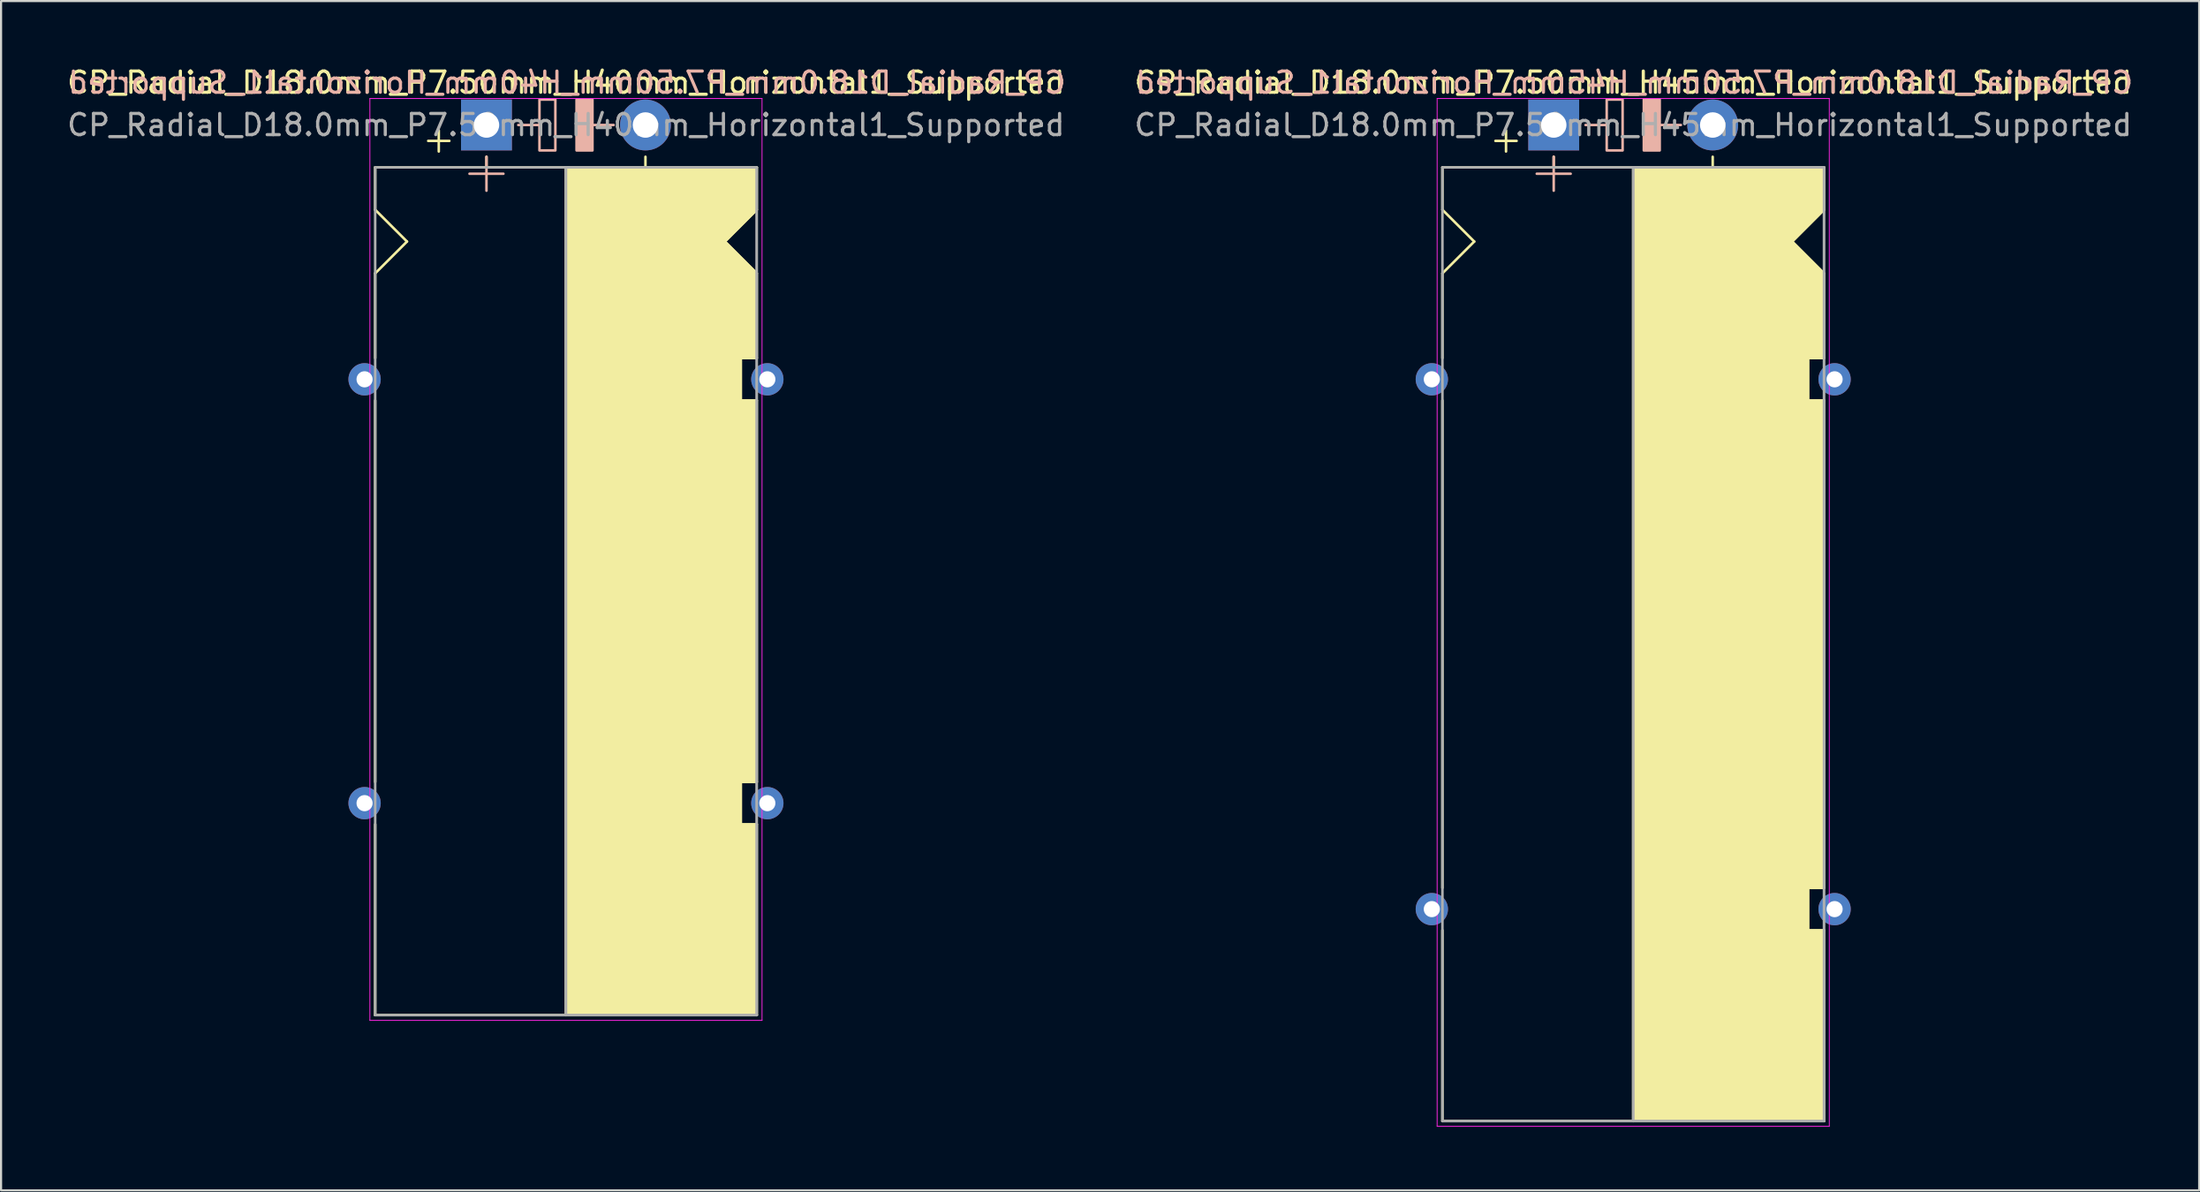
<source format=kicad_pcb>
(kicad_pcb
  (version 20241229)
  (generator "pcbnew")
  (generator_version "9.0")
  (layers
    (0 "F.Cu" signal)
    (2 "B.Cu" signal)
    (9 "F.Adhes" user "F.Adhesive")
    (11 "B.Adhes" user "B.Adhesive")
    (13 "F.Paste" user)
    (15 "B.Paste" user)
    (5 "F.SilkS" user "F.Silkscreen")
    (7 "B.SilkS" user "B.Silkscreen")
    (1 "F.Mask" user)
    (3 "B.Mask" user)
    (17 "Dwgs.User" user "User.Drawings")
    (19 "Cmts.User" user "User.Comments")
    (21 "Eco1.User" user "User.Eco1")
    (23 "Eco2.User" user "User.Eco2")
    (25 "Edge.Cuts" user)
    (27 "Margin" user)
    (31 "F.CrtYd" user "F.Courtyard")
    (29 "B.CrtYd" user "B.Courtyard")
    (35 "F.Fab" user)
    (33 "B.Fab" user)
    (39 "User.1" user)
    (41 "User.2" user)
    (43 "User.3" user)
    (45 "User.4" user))
  (footprint "CP_Radial_D18.0mm_P7.50mm_H45mm_Horizontal1_Supported"
    (layer "F.Cu")
    (at 70.246 2.848)
    (property "Reference" "CP_Radial_D18.0mm_P7.50mm_H45mm_Horizontal1_Supported" (at 3.75 -2 0) (layer "F.SilkS") (effects (font (size 1 1) (thickness 0.15))))
    (fp_line (start -5.25 2) (end -5.25 4) (stroke (width 0.12) (type solid)) (layer "F.SilkS"))
    (fp_line (start -5.25 2) (end 12.75 2) (stroke (width 0.12) (type solid)) (layer "F.SilkS"))
    (fp_line (start -5.25 4) (end -3.75 5.5) (stroke (width 0.12) (type solid)) (layer "F.SilkS"))
    (fp_line (start -5.25 7) (end -3.75 5.5) (stroke (width 0.12) (type solid)) (layer "F.SilkS"))
    (fp_line (start -5.25 11) (end -5.25 7) (stroke (width 0.12) (type solid)) (layer "F.SilkS"))
    (fp_line (start -5.25 13) (end -5.25 36) (stroke (width 0.12) (type solid)) (layer "F.SilkS"))
    (fp_line (start -5.25 38) (end -5.25 47) (stroke (width 0.12) (type solid)) (layer "F.SilkS"))
    (fp_line (start -5.25 47) (end 12.75 47) (stroke (width 0.12) (type solid)) (layer "F.SilkS"))
    (fp_line (start -2.25 0.25) (end -2.25 1.25) (stroke (width 0.12) (type solid)) (layer "F.SilkS"))
    (fp_line (start -1.75 0.75) (end -2.75 0.75) (stroke (width 0.12) (type solid)) (layer "F.SilkS"))
    (fp_line (start 0 1.5) (end 0 2) (stroke (width 0.12) (type solid)) (layer "F.SilkS"))
    (fp_line (start 3.75 2) (end 3.75 47) (stroke (width 0.12) (type solid)) (layer "F.SilkS"))
    (fp_line (start 7.5 1.5) (end 7.5 2) (stroke (width 0.12) (type solid)) (layer "F.SilkS"))
    (fp_line (start 12 11) (end 12 13) (stroke (width 0.12) (type solid)) (layer "F.SilkS"))
    (fp_line (start 12 13) (end 12.75 13) (stroke (width 0.12) (type solid)) (layer "F.SilkS"))
    (fp_line (start 12 36) (end 12 38) (stroke (width 0.12) (type solid)) (layer "F.SilkS"))
    (fp_line (start 12 38) (end 12.75 38) (stroke (width 0.12) (type solid)) (layer "F.SilkS"))
    (fp_line (start 12.25 11) (end 12 11) (stroke (width 0.12) (type solid)) (layer "F.SilkS"))
    (fp_line (start 12.75 2) (end 12.75 4) (stroke (width 0.12) (type solid)) (layer "F.SilkS"))
    (fp_line (start 12.75 4) (end 11.25 5.5) (stroke (width 0.12) (type solid)) (layer "F.SilkS"))
    (fp_line (start 12.75 7) (end 11.25 5.5) (stroke (width 0.12) (type solid)) (layer "F.SilkS"))
    (fp_line (start 12.75 11) (end 12.25 11) (stroke (width 0.12) (type solid)) (layer "F.SilkS"))
    (fp_line (start 12.75 11) (end 12.75 7) (stroke (width 0.12) (type solid)) (layer "F.SilkS"))
    (fp_line (start 12.75 13) (end 12.75 36) (stroke (width 0.12) (type solid)) (layer "F.SilkS"))
    (fp_line (start 12.75 36) (end 12 36) (stroke (width 0.12) (type solid)) (layer "F.SilkS"))
    (fp_line (start 12.75 38) (end 12.75 47) (stroke (width 0.12) (type solid)) (layer "F.SilkS"))
    (fp_poly (pts (xy 12.75 4) (xy 11.25 5.5) (xy 12.75 7) (xy 12.75 11) (xy 12 11) (xy 12 13) (xy 12.75 13) (xy 12.75 36) (xy 12 36) (xy 12 38) (xy 12.75 38) (xy 12.75 47) (xy 3.75 47) (xy 3.75 2) (xy 12.75 2)) (stroke (width 0.1) (type solid)) (fill yes) (layer "F.SilkS"))
    (fp_line (start 0 1.5) (end 0 3.1) (stroke (width 0.12) (type solid)) (layer "B.SilkS"))
    (fp_line (start 0.8 2.3) (end -0.8 2.3) (stroke (width 0.12) (type solid)) (layer "B.SilkS"))
    (fp_line (start 2.5 0) (end 1.5 0) (stroke (width 0.12) (type solid)) (layer "B.SilkS"))
    (fp_line (start 6 0) (end 5 0) (stroke (width 0.12) (type solid)) (layer "B.SilkS"))
    (fp_rect (start 2.5 -1.2) (end 3.25 1.2) (stroke (width 0.12) (type solid)) (fill no) (layer "B.SilkS"))
    (fp_rect (start 4.25 -1.2) (end 5 1.2) (stroke (width 0.12) (type solid)) (fill yes) (layer "B.SilkS"))
    (fp_line (start -5.5 -1.25) (end -5.5 47.25) (stroke (width 0.04) (type solid)) (layer "F.CrtYd"))
    (fp_line (start -5.5 47.25) (end 13 47.25) (stroke (width 0.04) (type solid)) (layer "F.CrtYd"))
    (fp_line (start 13 -1.25) (end -5.5 -1.25) (stroke (width 0.04) (type solid)) (layer "F.CrtYd"))
    (fp_line (start 13 47.25) (end 13 -1.25) (stroke (width 0.04) (type solid)) (layer "F.CrtYd"))
    (fp_line (start -5.25 2) (end -5.25 47) (stroke (width 0.12) (type solid)) (layer "F.Fab"))
    (fp_line (start -5.25 47) (end 12.75 47) (stroke (width 0.12) (type solid)) (layer "F.Fab"))
    (fp_line (start 3.75 2) (end 3.75 47) (stroke (width 0.12) (type solid)) (layer "F.Fab"))
    (fp_line (start 12.75 2) (end -5.25 2) (stroke (width 0.12) (type solid)) (layer "F.Fab"))
    (fp_line (start 12.75 47) (end 12.75 2) (stroke (width 0.12) (type solid)) (layer "F.Fab"))
    (fp_poly (pts (xy 12.75 47) (xy 3.75 47) (xy 3.75 2) (xy 12.75 2)) (stroke (width 0.1) (type solid)) (fill no) (layer "F.Fab"))
    (fp_text user "${REFERENCE}" (at 3.8 -2 0) (layer "B.SilkS") (effects (font (size 1 1) (thickness 0.15)) (justify mirror)))
    (fp_text user "${REFERENCE}" (at 3.75 0 0) (layer "F.Fab") (effects (font (size 1 1) (thickness 0.15))))
    (pad "1" thru_hole rect (at 0 0) (size 2.4 2.4) (drill 1.2) (layers "*.Cu" "*.Mask"))
    (pad "2" thru_hole circle (at 7.5 0) (size 2.4 2.4) (drill 1.2) (layers "*.Cu" "*.Mask"))
    (pad "~" thru_hole circle (at -5.75 12) (size 1.524 1.524) (drill 0.762) (layers "*.Cu" "*.Mask"))
    (pad "~" thru_hole circle (at -5.75 37) (size 1.524 1.524) (drill 0.762) (layers "*.Cu" "*.Mask"))
    (pad "~" thru_hole circle (at 13.25 12) (size 1.524 1.524) (drill 0.762) (layers "*.Cu" "*.Mask"))
    (pad "~" thru_hole circle (at 13.25 37) (size 1.524 1.524) (drill 0.762) (layers "*.Cu" "*.Mask")))
  (footprint "CP_Radial_D18.0mm_P7.50mm_H40mm_Horizontal1_Supported"
    (layer "F.Cu")
    (at 19.899 2.848)
    (property "Reference" "CP_Radial_D18.0mm_P7.50mm_H40mm_Horizontal1_Supported" (at 3.75 -2 0) (layer "F.SilkS") (effects (font (size 1 1) (thickness 0.15))))
    (fp_line (start -5.25 2) (end -5.25 4) (stroke (width 0.12) (type solid)) (layer "F.SilkS"))
    (fp_line (start -5.25 2) (end 12.75 2) (stroke (width 0.12) (type solid)) (layer "F.SilkS"))
    (fp_line (start -5.25 4) (end -3.75 5.5) (stroke (width 0.12) (type solid)) (layer "F.SilkS"))
    (fp_line (start -5.25 7) (end -3.75 5.5) (stroke (width 0.12) (type solid)) (layer "F.SilkS"))
    (fp_line (start -5.25 11) (end -5.25 7) (stroke (width 0.12) (type solid)) (layer "F.SilkS"))
    (fp_line (start -5.25 13) (end -5.25 31) (stroke (width 0.12) (type solid)) (layer "F.SilkS"))
    (fp_line (start -5.25 33) (end -5.25 42) (stroke (width 0.12) (type solid)) (layer "F.SilkS"))
    (fp_line (start -5.25 42) (end 12.75 42) (stroke (width 0.12) (type solid)) (layer "F.SilkS"))
    (fp_line (start -2.25 0.25) (end -2.25 1.25) (stroke (width 0.12) (type solid)) (layer "F.SilkS"))
    (fp_line (start -1.75 0.75) (end -2.75 0.75) (stroke (width 0.12) (type solid)) (layer "F.SilkS"))
    (fp_line (start 0 1.5) (end 0 2) (stroke (width 0.12) (type solid)) (layer "F.SilkS"))
    (fp_line (start 3.75 2) (end 3.75 42) (stroke (width 0.12) (type solid)) (layer "F.SilkS"))
    (fp_line (start 7.5 1.5) (end 7.5 2) (stroke (width 0.12) (type solid)) (layer "F.SilkS"))
    (fp_line (start 12 11) (end 12 13) (stroke (width 0.12) (type solid)) (layer "F.SilkS"))
    (fp_line (start 12 13) (end 12.75 13) (stroke (width 0.12) (type solid)) (layer "F.SilkS"))
    (fp_line (start 12 31) (end 12 33) (stroke (width 0.12) (type solid)) (layer "F.SilkS"))
    (fp_line (start 12 33) (end 12.75 33) (stroke (width 0.12) (type solid)) (layer "F.SilkS"))
    (fp_line (start 12.25 11) (end 12 11) (stroke (width 0.12) (type solid)) (layer "F.SilkS"))
    (fp_line (start 12.75 2) (end 12.75 4) (stroke (width 0.12) (type solid)) (layer "F.SilkS"))
    (fp_line (start 12.75 4) (end 11.25 5.5) (stroke (width 0.12) (type solid)) (layer "F.SilkS"))
    (fp_line (start 12.75 7) (end 11.25 5.5) (stroke (width 0.12) (type solid)) (layer "F.SilkS"))
    (fp_line (start 12.75 11) (end 12.25 11) (stroke (width 0.12) (type solid)) (layer "F.SilkS"))
    (fp_line (start 12.75 11) (end 12.75 7) (stroke (width 0.12) (type solid)) (layer "F.SilkS"))
    (fp_line (start 12.75 13) (end 12.75 31) (stroke (width 0.12) (type solid)) (layer "F.SilkS"))
    (fp_line (start 12.75 31) (end 12 31) (stroke (width 0.12) (type solid)) (layer "F.SilkS"))
    (fp_line (start 12.75 33) (end 12.75 42) (stroke (width 0.12) (type solid)) (layer "F.SilkS"))
    (fp_poly (pts (xy 12.75 4) (xy 11.25 5.5) (xy 12.75 7) (xy 12.75 11) (xy 12 11) (xy 12 13) (xy 12.75 13) (xy 12.75 31) (xy 12 31) (xy 12 33) (xy 12.75 33) (xy 12.75 42) (xy 3.75 42) (xy 3.75 2) (xy 12.75 2)) (stroke (width 0.1) (type solid)) (fill yes) (layer "F.SilkS"))
    (fp_line (start 0 1.5) (end 0 3.1) (stroke (width 0.12) (type solid)) (layer "B.SilkS"))
    (fp_line (start 0.8 2.3) (end -0.8 2.3) (stroke (width 0.12) (type solid)) (layer "B.SilkS"))
    (fp_line (start 2.5 0) (end 1.5 0) (stroke (width 0.12) (type solid)) (layer "B.SilkS"))
    (fp_line (start 6 0) (end 5 0) (stroke (width 0.12) (type solid)) (layer "B.SilkS"))
    (fp_rect (start 2.5 -1.2) (end 3.25 1.2) (stroke (width 0.12) (type solid)) (fill no) (layer "B.SilkS"))
    (fp_rect (start 4.25 -1.2) (end 5 1.2) (stroke (width 0.12) (type solid)) (fill yes) (layer "B.SilkS"))
    (fp_line (start -5.5 -1.25) (end -5.5 42.25) (stroke (width 0.04) (type solid)) (layer "F.CrtYd"))
    (fp_line (start -5.5 42.25) (end 13 42.25) (stroke (width 0.04) (type solid)) (layer "F.CrtYd"))
    (fp_line (start 13 -1.25) (end -5.5 -1.25) (stroke (width 0.04) (type solid)) (layer "F.CrtYd"))
    (fp_line (start 13 42.25) (end 13 -1.25) (stroke (width 0.04) (type solid)) (layer "F.CrtYd"))
    (fp_line (start -5.25 2) (end -5.25 42) (stroke (width 0.12) (type solid)) (layer "F.Fab"))
    (fp_line (start -5.25 42) (end 12.75 42) (stroke (width 0.12) (type solid)) (layer "F.Fab"))
    (fp_line (start 3.75 2) (end 3.75 42) (stroke (width 0.12) (type solid)) (layer "F.Fab"))
    (fp_line (start 12.75 2) (end -5.25 2) (stroke (width 0.12) (type solid)) (layer "F.Fab"))
    (fp_line (start 12.75 42) (end 12.75 2) (stroke (width 0.12) (type solid)) (layer "F.Fab"))
    (fp_poly (pts (xy 12.75 42) (xy 3.75 42) (xy 3.75 2) (xy 12.75 2)) (stroke (width 0.1) (type solid)) (fill no) (layer "F.Fab"))
    (fp_text user "${REFERENCE}" (at 3.8 -2 0) (layer "B.SilkS") (effects (font (size 1 1) (thickness 0.15)) (justify mirror)))
    (fp_text user "${REFERENCE}" (at 3.75 0 0) (layer "F.Fab") (effects (font (size 1 1) (thickness 0.15))))
    (pad "1" thru_hole rect (at 0 0) (size 2.4 2.4) (drill 1.2) (layers "*.Cu" "*.Mask"))
    (pad "2" thru_hole circle (at 7.5 0) (size 2.4 2.4) (drill 1.2) (layers "*.Cu" "*.Mask"))
    (pad "~" thru_hole circle (at -5.75 12) (size 1.524 1.524) (drill 0.762) (layers "*.Cu" "*.Mask"))
    (pad "~" thru_hole circle (at -5.75 32) (size 1.524 1.524) (drill 0.762) (layers "*.Cu" "*.Mask"))
    (pad "~" thru_hole circle (at 13.25 12) (size 1.524 1.524) (drill 0.762) (layers "*.Cu" "*.Mask"))
    (pad "~" thru_hole circle (at 13.25 32) (size 1.524 1.524) (drill 0.762) (layers "*.Cu" "*.Mask")))
  (gr_rect
    (start -3 -3)
    (end 100.695 53.118)
    (stroke (width 0.1) (type default))
    (fill no)
    (layer "Edge.Cuts")))
</source>
